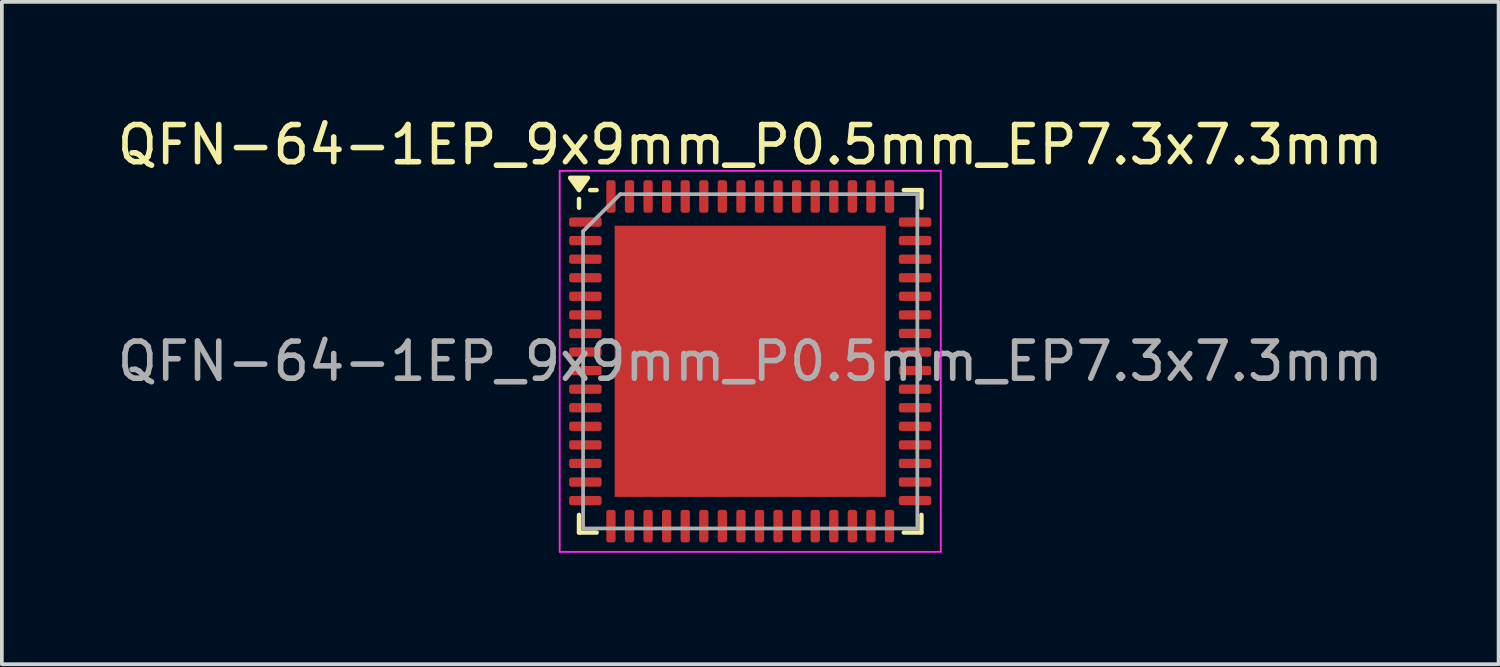
<source format=kicad_pcb>
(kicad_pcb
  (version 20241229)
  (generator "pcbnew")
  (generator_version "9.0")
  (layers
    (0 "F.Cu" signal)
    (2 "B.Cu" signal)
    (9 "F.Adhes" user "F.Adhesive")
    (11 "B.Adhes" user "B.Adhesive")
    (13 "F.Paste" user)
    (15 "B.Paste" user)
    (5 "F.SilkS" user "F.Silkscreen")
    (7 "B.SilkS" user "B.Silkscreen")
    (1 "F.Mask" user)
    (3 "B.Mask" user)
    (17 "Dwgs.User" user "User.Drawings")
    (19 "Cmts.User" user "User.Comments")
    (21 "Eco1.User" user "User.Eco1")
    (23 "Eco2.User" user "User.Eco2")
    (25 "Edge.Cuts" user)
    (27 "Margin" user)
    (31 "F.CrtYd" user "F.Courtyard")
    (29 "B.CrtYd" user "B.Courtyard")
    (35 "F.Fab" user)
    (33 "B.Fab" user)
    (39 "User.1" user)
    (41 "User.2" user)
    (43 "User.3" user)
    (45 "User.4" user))
  (footprint "QFN-64-1EP_9x9mm_P0.5mm_EP7.3x7.3mm"
    (layer "F.Cu")
    (at 17.149 6.678)
    (property "Reference" "QFN-64-1EP_9x9mm_P0.5mm_EP7.3x7.3mm" (at 0 -5.83 0) (layer "F.SilkS") (effects (font (size 1 1) (thickness 0.15))))
    (attr smd)
    (fp_line (start -4.61 -4.135) (end -4.61 -4.37) (stroke (width 0.12) (type solid)) (layer "F.SilkS"))
    (fp_line (start -4.61 4.61) (end -4.61 4.135) (stroke (width 0.12) (type solid)) (layer "F.SilkS"))
    (fp_line (start -4.135 -4.61) (end -4.31 -4.61) (stroke (width 0.12) (type solid)) (layer "F.SilkS"))
    (fp_line (start -4.135 4.61) (end -4.61 4.61) (stroke (width 0.12) (type solid)) (layer "F.SilkS"))
    (fp_line (start 4.135 -4.61) (end 4.61 -4.61) (stroke (width 0.12) (type solid)) (layer "F.SilkS"))
    (fp_line (start 4.135 4.61) (end 4.61 4.61) (stroke (width 0.12) (type solid)) (layer "F.SilkS"))
    (fp_line (start 4.61 -4.61) (end 4.61 -4.135) (stroke (width 0.12) (type solid)) (layer "F.SilkS"))
    (fp_line (start 4.61 4.61) (end 4.61 4.135) (stroke (width 0.12) (type solid)) (layer "F.SilkS"))
    (fp_poly (pts (xy -4.61 -4.61) (xy -4.85 -4.94) (xy -4.37 -4.94) (xy -4.61 -4.61)) (stroke (width 0.12) (type solid)) (fill yes) (layer "F.SilkS"))
    (fp_line (start -5.13 -5.13) (end -5.13 5.13) (stroke (width 0.05) (type solid)) (layer "F.CrtYd"))
    (fp_line (start -5.13 5.13) (end 5.13 5.13) (stroke (width 0.05) (type solid)) (layer "F.CrtYd"))
    (fp_line (start 5.13 -5.13) (end -5.13 -5.13) (stroke (width 0.05) (type solid)) (layer "F.CrtYd"))
    (fp_line (start 5.13 5.13) (end 5.13 -5.13) (stroke (width 0.05) (type solid)) (layer "F.CrtYd"))
    (fp_line (start -4.5 -3.5) (end -3.5 -4.5) (stroke (width 0.1) (type solid)) (layer "F.Fab"))
    (fp_line (start -4.5 4.5) (end -4.5 -3.5) (stroke (width 0.1) (type solid)) (layer "F.Fab"))
    (fp_line (start -3.5 -4.5) (end 4.5 -4.5) (stroke (width 0.1) (type solid)) (layer "F.Fab"))
    (fp_line (start 4.5 -4.5) (end 4.5 4.5) (stroke (width 0.1) (type solid)) (layer "F.Fab"))
    (fp_line (start 4.5 4.5) (end -4.5 4.5) (stroke (width 0.1) (type solid)) (layer "F.Fab"))
    (fp_text user "${REFERENCE}" (at 0 0 0) (layer "F.Fab") (effects (font (size 1 1) (thickness 0.15))))
    (pad "" smd roundrect (at -2.92 -2.92) (size 1.18 1.18) (layers "F.Paste") (roundrect_rratio 0.212))
    (pad "" smd roundrect (at -2.92 -1.46) (size 1.18 1.18) (layers "F.Paste") (roundrect_rratio 0.212))
    (pad "" smd roundrect (at -2.92 0) (size 1.18 1.18) (layers "F.Paste") (roundrect_rratio 0.212))
    (pad "" smd roundrect (at -2.92 1.46) (size 1.18 1.18) (layers "F.Paste") (roundrect_rratio 0.212))
    (pad "" smd roundrect (at -2.92 2.92) (size 1.18 1.18) (layers "F.Paste") (roundrect_rratio 0.212))
    (pad "" smd roundrect (at -1.46 -2.92) (size 1.18 1.18) (layers "F.Paste") (roundrect_rratio 0.212))
    (pad "" smd roundrect (at -1.46 -1.46) (size 1.18 1.18) (layers "F.Paste") (roundrect_rratio 0.212))
    (pad "" smd roundrect (at -1.46 0) (size 1.18 1.18) (layers "F.Paste") (roundrect_rratio 0.212))
    (pad "" smd roundrect (at -1.46 1.46) (size 1.18 1.18) (layers "F.Paste") (roundrect_rratio 0.212))
    (pad "" smd roundrect (at -1.46 2.92) (size 1.18 1.18) (layers "F.Paste") (roundrect_rratio 0.212))
    (pad "" smd roundrect (at 0 -2.92) (size 1.18 1.18) (layers "F.Paste") (roundrect_rratio 0.212))
    (pad "" smd roundrect (at 0 -1.46) (size 1.18 1.18) (layers "F.Paste") (roundrect_rratio 0.212))
    (pad "" smd roundrect (at 0 0) (size 1.18 1.18) (layers "F.Paste") (roundrect_rratio 0.212))
    (pad "" smd roundrect (at 0 1.46) (size 1.18 1.18) (layers "F.Paste") (roundrect_rratio 0.212))
    (pad "" smd roundrect (at 0 2.92) (size 1.18 1.18) (layers "F.Paste") (roundrect_rratio 0.212))
    (pad "" smd roundrect (at 1.46 -2.92) (size 1.18 1.18) (layers "F.Paste") (roundrect_rratio 0.212))
    (pad "" smd roundrect (at 1.46 -1.46) (size 1.18 1.18) (layers "F.Paste") (roundrect_rratio 0.212))
    (pad "" smd roundrect (at 1.46 0) (size 1.18 1.18) (layers "F.Paste") (roundrect_rratio 0.212))
    (pad "" smd roundrect (at 1.46 1.46) (size 1.18 1.18) (layers "F.Paste") (roundrect_rratio 0.212))
    (pad "" smd roundrect (at 1.46 2.92) (size 1.18 1.18) (layers "F.Paste") (roundrect_rratio 0.212))
    (pad "" smd roundrect (at 2.92 -2.92) (size 1.18 1.18) (layers "F.Paste") (roundrect_rratio 0.212))
    (pad "" smd roundrect (at 2.92 -1.46) (size 1.18 1.18) (layers "F.Paste") (roundrect_rratio 0.212))
    (pad "" smd roundrect (at 2.92 0) (size 1.18 1.18) (layers "F.Paste") (roundrect_rratio 0.212))
    (pad "" smd roundrect (at 2.92 1.46) (size 1.18 1.18) (layers "F.Paste") (roundrect_rratio 0.212))
    (pad "" smd roundrect (at 2.92 2.92) (size 1.18 1.18) (layers "F.Paste") (roundrect_rratio 0.212))
    (pad "1" smd roundrect (at -4.438 -3.75) (size 0.875 0.25) (layers "F.Cu" "F.Mask" "F.Paste") (roundrect_rratio 0.25))
    (pad "2" smd roundrect (at -4.438 -3.25) (size 0.875 0.25) (layers "F.Cu" "F.Mask" "F.Paste") (roundrect_rratio 0.25))
    (pad "3" smd roundrect (at -4.438 -2.75) (size 0.875 0.25) (layers "F.Cu" "F.Mask" "F.Paste") (roundrect_rratio 0.25))
    (pad "4" smd roundrect (at -4.438 -2.25) (size 0.875 0.25) (layers "F.Cu" "F.Mask" "F.Paste") (roundrect_rratio 0.25))
    (pad "5" smd roundrect (at -4.438 -1.75) (size 0.875 0.25) (layers "F.Cu" "F.Mask" "F.Paste") (roundrect_rratio 0.25))
    (pad "6" smd roundrect (at -4.438 -1.25) (size 0.875 0.25) (layers "F.Cu" "F.Mask" "F.Paste") (roundrect_rratio 0.25))
    (pad "7" smd roundrect (at -4.438 -0.75) (size 0.875 0.25) (layers "F.Cu" "F.Mask" "F.Paste") (roundrect_rratio 0.25))
    (pad "8" smd roundrect (at -4.438 -0.25) (size 0.875 0.25) (layers "F.Cu" "F.Mask" "F.Paste") (roundrect_rratio 0.25))
    (pad "9" smd roundrect (at -4.438 0.25) (size 0.875 0.25) (layers "F.Cu" "F.Mask" "F.Paste") (roundrect_rratio 0.25))
    (pad "10" smd roundrect (at -4.438 0.75) (size 0.875 0.25) (layers "F.Cu" "F.Mask" "F.Paste") (roundrect_rratio 0.25))
    (pad "11" smd roundrect (at -4.438 1.25) (size 0.875 0.25) (layers "F.Cu" "F.Mask" "F.Paste") (roundrect_rratio 0.25))
    (pad "12" smd roundrect (at -4.438 1.75) (size 0.875 0.25) (layers "F.Cu" "F.Mask" "F.Paste") (roundrect_rratio 0.25))
    (pad "13" smd roundrect (at -4.438 2.25) (size 0.875 0.25) (layers "F.Cu" "F.Mask" "F.Paste") (roundrect_rratio 0.25))
    (pad "14" smd roundrect (at -4.438 2.75) (size 0.875 0.25) (layers "F.Cu" "F.Mask" "F.Paste") (roundrect_rratio 0.25))
    (pad "15" smd roundrect (at -4.438 3.25) (size 0.875 0.25) (layers "F.Cu" "F.Mask" "F.Paste") (roundrect_rratio 0.25))
    (pad "16" smd roundrect (at -4.438 3.75) (size 0.875 0.25) (layers "F.Cu" "F.Mask" "F.Paste") (roundrect_rratio 0.25))
    (pad "17" smd roundrect (at -3.75 4.438) (size 0.25 0.875) (layers "F.Cu" "F.Mask" "F.Paste") (roundrect_rratio 0.25))
    (pad "18" smd roundrect (at -3.25 4.438) (size 0.25 0.875) (layers "F.Cu" "F.Mask" "F.Paste") (roundrect_rratio 0.25))
    (pad "19" smd roundrect (at -2.75 4.438) (size 0.25 0.875) (layers "F.Cu" "F.Mask" "F.Paste") (roundrect_rratio 0.25))
    (pad "20" smd roundrect (at -2.25 4.438) (size 0.25 0.875) (layers "F.Cu" "F.Mask" "F.Paste") (roundrect_rratio 0.25))
    (pad "21" smd roundrect (at -1.75 4.438) (size 0.25 0.875) (layers "F.Cu" "F.Mask" "F.Paste") (roundrect_rratio 0.25))
    (pad "22" smd roundrect (at -1.25 4.438) (size 0.25 0.875) (layers "F.Cu" "F.Mask" "F.Paste") (roundrect_rratio 0.25))
    (pad "23" smd roundrect (at -0.75 4.438) (size 0.25 0.875) (layers "F.Cu" "F.Mask" "F.Paste") (roundrect_rratio 0.25))
    (pad "24" smd roundrect (at -0.25 4.438) (size 0.25 0.875) (layers "F.Cu" "F.Mask" "F.Paste") (roundrect_rratio 0.25))
    (pad "25" smd roundrect (at 0.25 4.438) (size 0.25 0.875) (layers "F.Cu" "F.Mask" "F.Paste") (roundrect_rratio 0.25))
    (pad "26" smd roundrect (at 0.75 4.438) (size 0.25 0.875) (layers "F.Cu" "F.Mask" "F.Paste") (roundrect_rratio 0.25))
    (pad "27" smd roundrect (at 1.25 4.438) (size 0.25 0.875) (layers "F.Cu" "F.Mask" "F.Paste") (roundrect_rratio 0.25))
    (pad "28" smd roundrect (at 1.75 4.438) (size 0.25 0.875) (layers "F.Cu" "F.Mask" "F.Paste") (roundrect_rratio 0.25))
    (pad "29" smd roundrect (at 2.25 4.438) (size 0.25 0.875) (layers "F.Cu" "F.Mask" "F.Paste") (roundrect_rratio 0.25))
    (pad "30" smd roundrect (at 2.75 4.438) (size 0.25 0.875) (layers "F.Cu" "F.Mask" "F.Paste") (roundrect_rratio 0.25))
    (pad "31" smd roundrect (at 3.25 4.438) (size 0.25 0.875) (layers "F.Cu" "F.Mask" "F.Paste") (roundrect_rratio 0.25))
    (pad "32" smd roundrect (at 3.75 4.438) (size 0.25 0.875) (layers "F.Cu" "F.Mask" "F.Paste") (roundrect_rratio 0.25))
    (pad "33" smd roundrect (at 4.438 3.75) (size 0.875 0.25) (layers "F.Cu" "F.Mask" "F.Paste") (roundrect_rratio 0.25))
    (pad "34" smd roundrect (at 4.438 3.25) (size 0.875 0.25) (layers "F.Cu" "F.Mask" "F.Paste") (roundrect_rratio 0.25))
    (pad "35" smd roundrect (at 4.438 2.75) (size 0.875 0.25) (layers "F.Cu" "F.Mask" "F.Paste") (roundrect_rratio 0.25))
    (pad "36" smd roundrect (at 4.438 2.25) (size 0.875 0.25) (layers "F.Cu" "F.Mask" "F.Paste") (roundrect_rratio 0.25))
    (pad "37" smd roundrect (at 4.438 1.75) (size 0.875 0.25) (layers "F.Cu" "F.Mask" "F.Paste") (roundrect_rratio 0.25))
    (pad "38" smd roundrect (at 4.438 1.25) (size 0.875 0.25) (layers "F.Cu" "F.Mask" "F.Paste") (roundrect_rratio 0.25))
    (pad "39" smd roundrect (at 4.438 0.75) (size 0.875 0.25) (layers "F.Cu" "F.Mask" "F.Paste") (roundrect_rratio 0.25))
    (pad "40" smd roundrect (at 4.438 0.25) (size 0.875 0.25) (layers "F.Cu" "F.Mask" "F.Paste") (roundrect_rratio 0.25))
    (pad "41" smd roundrect (at 4.438 -0.25) (size 0.875 0.25) (layers "F.Cu" "F.Mask" "F.Paste") (roundrect_rratio 0.25))
    (pad "42" smd roundrect (at 4.438 -0.75) (size 0.875 0.25) (layers "F.Cu" "F.Mask" "F.Paste") (roundrect_rratio 0.25))
    (pad "43" smd roundrect (at 4.438 -1.25) (size 0.875 0.25) (layers "F.Cu" "F.Mask" "F.Paste") (roundrect_rratio 0.25))
    (pad "44" smd roundrect (at 4.438 -1.75) (size 0.875 0.25) (layers "F.Cu" "F.Mask" "F.Paste") (roundrect_rratio 0.25))
    (pad "45" smd roundrect (at 4.438 -2.25) (size 0.875 0.25) (layers "F.Cu" "F.Mask" "F.Paste") (roundrect_rratio 0.25))
    (pad "46" smd roundrect (at 4.438 -2.75) (size 0.875 0.25) (layers "F.Cu" "F.Mask" "F.Paste") (roundrect_rratio 0.25))
    (pad "47" smd roundrect (at 4.438 -3.25) (size 0.875 0.25) (layers "F.Cu" "F.Mask" "F.Paste") (roundrect_rratio 0.25))
    (pad "48" smd roundrect (at 4.438 -3.75) (size 0.875 0.25) (layers "F.Cu" "F.Mask" "F.Paste") (roundrect_rratio 0.25))
    (pad "49" smd roundrect (at 3.75 -4.438) (size 0.25 0.875) (layers "F.Cu" "F.Mask" "F.Paste") (roundrect_rratio 0.25))
    (pad "50" smd roundrect (at 3.25 -4.438) (size 0.25 0.875) (layers "F.Cu" "F.Mask" "F.Paste") (roundrect_rratio 0.25))
    (pad "51" smd roundrect (at 2.75 -4.438) (size 0.25 0.875) (layers "F.Cu" "F.Mask" "F.Paste") (roundrect_rratio 0.25))
    (pad "52" smd roundrect (at 2.25 -4.438) (size 0.25 0.875) (layers "F.Cu" "F.Mask" "F.Paste") (roundrect_rratio 0.25))
    (pad "53" smd roundrect (at 1.75 -4.438) (size 0.25 0.875) (layers "F.Cu" "F.Mask" "F.Paste") (roundrect_rratio 0.25))
    (pad "54" smd roundrect (at 1.25 -4.438) (size 0.25 0.875) (layers "F.Cu" "F.Mask" "F.Paste") (roundrect_rratio 0.25))
    (pad "55" smd roundrect (at 0.75 -4.438) (size 0.25 0.875) (layers "F.Cu" "F.Mask" "F.Paste") (roundrect_rratio 0.25))
    (pad "56" smd roundrect (at 0.25 -4.438) (size 0.25 0.875) (layers "F.Cu" "F.Mask" "F.Paste") (roundrect_rratio 0.25))
    (pad "57" smd roundrect (at -0.25 -4.438) (size 0.25 0.875) (layers "F.Cu" "F.Mask" "F.Paste") (roundrect_rratio 0.25))
    (pad "58" smd roundrect (at -0.75 -4.438) (size 0.25 0.875) (layers "F.Cu" "F.Mask" "F.Paste") (roundrect_rratio 0.25))
    (pad "59" smd roundrect (at -1.25 -4.438) (size 0.25 0.875) (layers "F.Cu" "F.Mask" "F.Paste") (roundrect_rratio 0.25))
    (pad "60" smd roundrect (at -1.75 -4.438) (size 0.25 0.875) (layers "F.Cu" "F.Mask" "F.Paste") (roundrect_rratio 0.25))
    (pad "61" smd roundrect (at -2.25 -4.438) (size 0.25 0.875) (layers "F.Cu" "F.Mask" "F.Paste") (roundrect_rratio 0.25))
    (pad "62" smd roundrect (at -2.75 -4.438) (size 0.25 0.875) (layers "F.Cu" "F.Mask" "F.Paste") (roundrect_rratio 0.25))
    (pad "63" smd roundrect (at -3.25 -4.438) (size 0.25 0.875) (layers "F.Cu" "F.Mask" "F.Paste") (roundrect_rratio 0.25))
    (pad "64" smd roundrect (at -3.75 -4.438) (size 0.25 0.875) (layers "F.Cu" "F.Mask" "F.Paste") (roundrect_rratio 0.25))
    (pad "65" smd rect (at 0 0) (size 7.3 7.3) (property pad_prop_heatsink) (layers "F.Cu" "F.Mask")))
  (gr_rect
    (start -3 -3)
    (end 37.298 14.833)
    (stroke (width 0.1) (type default))
    (fill no)
    (layer "Edge.Cuts")))
</source>
